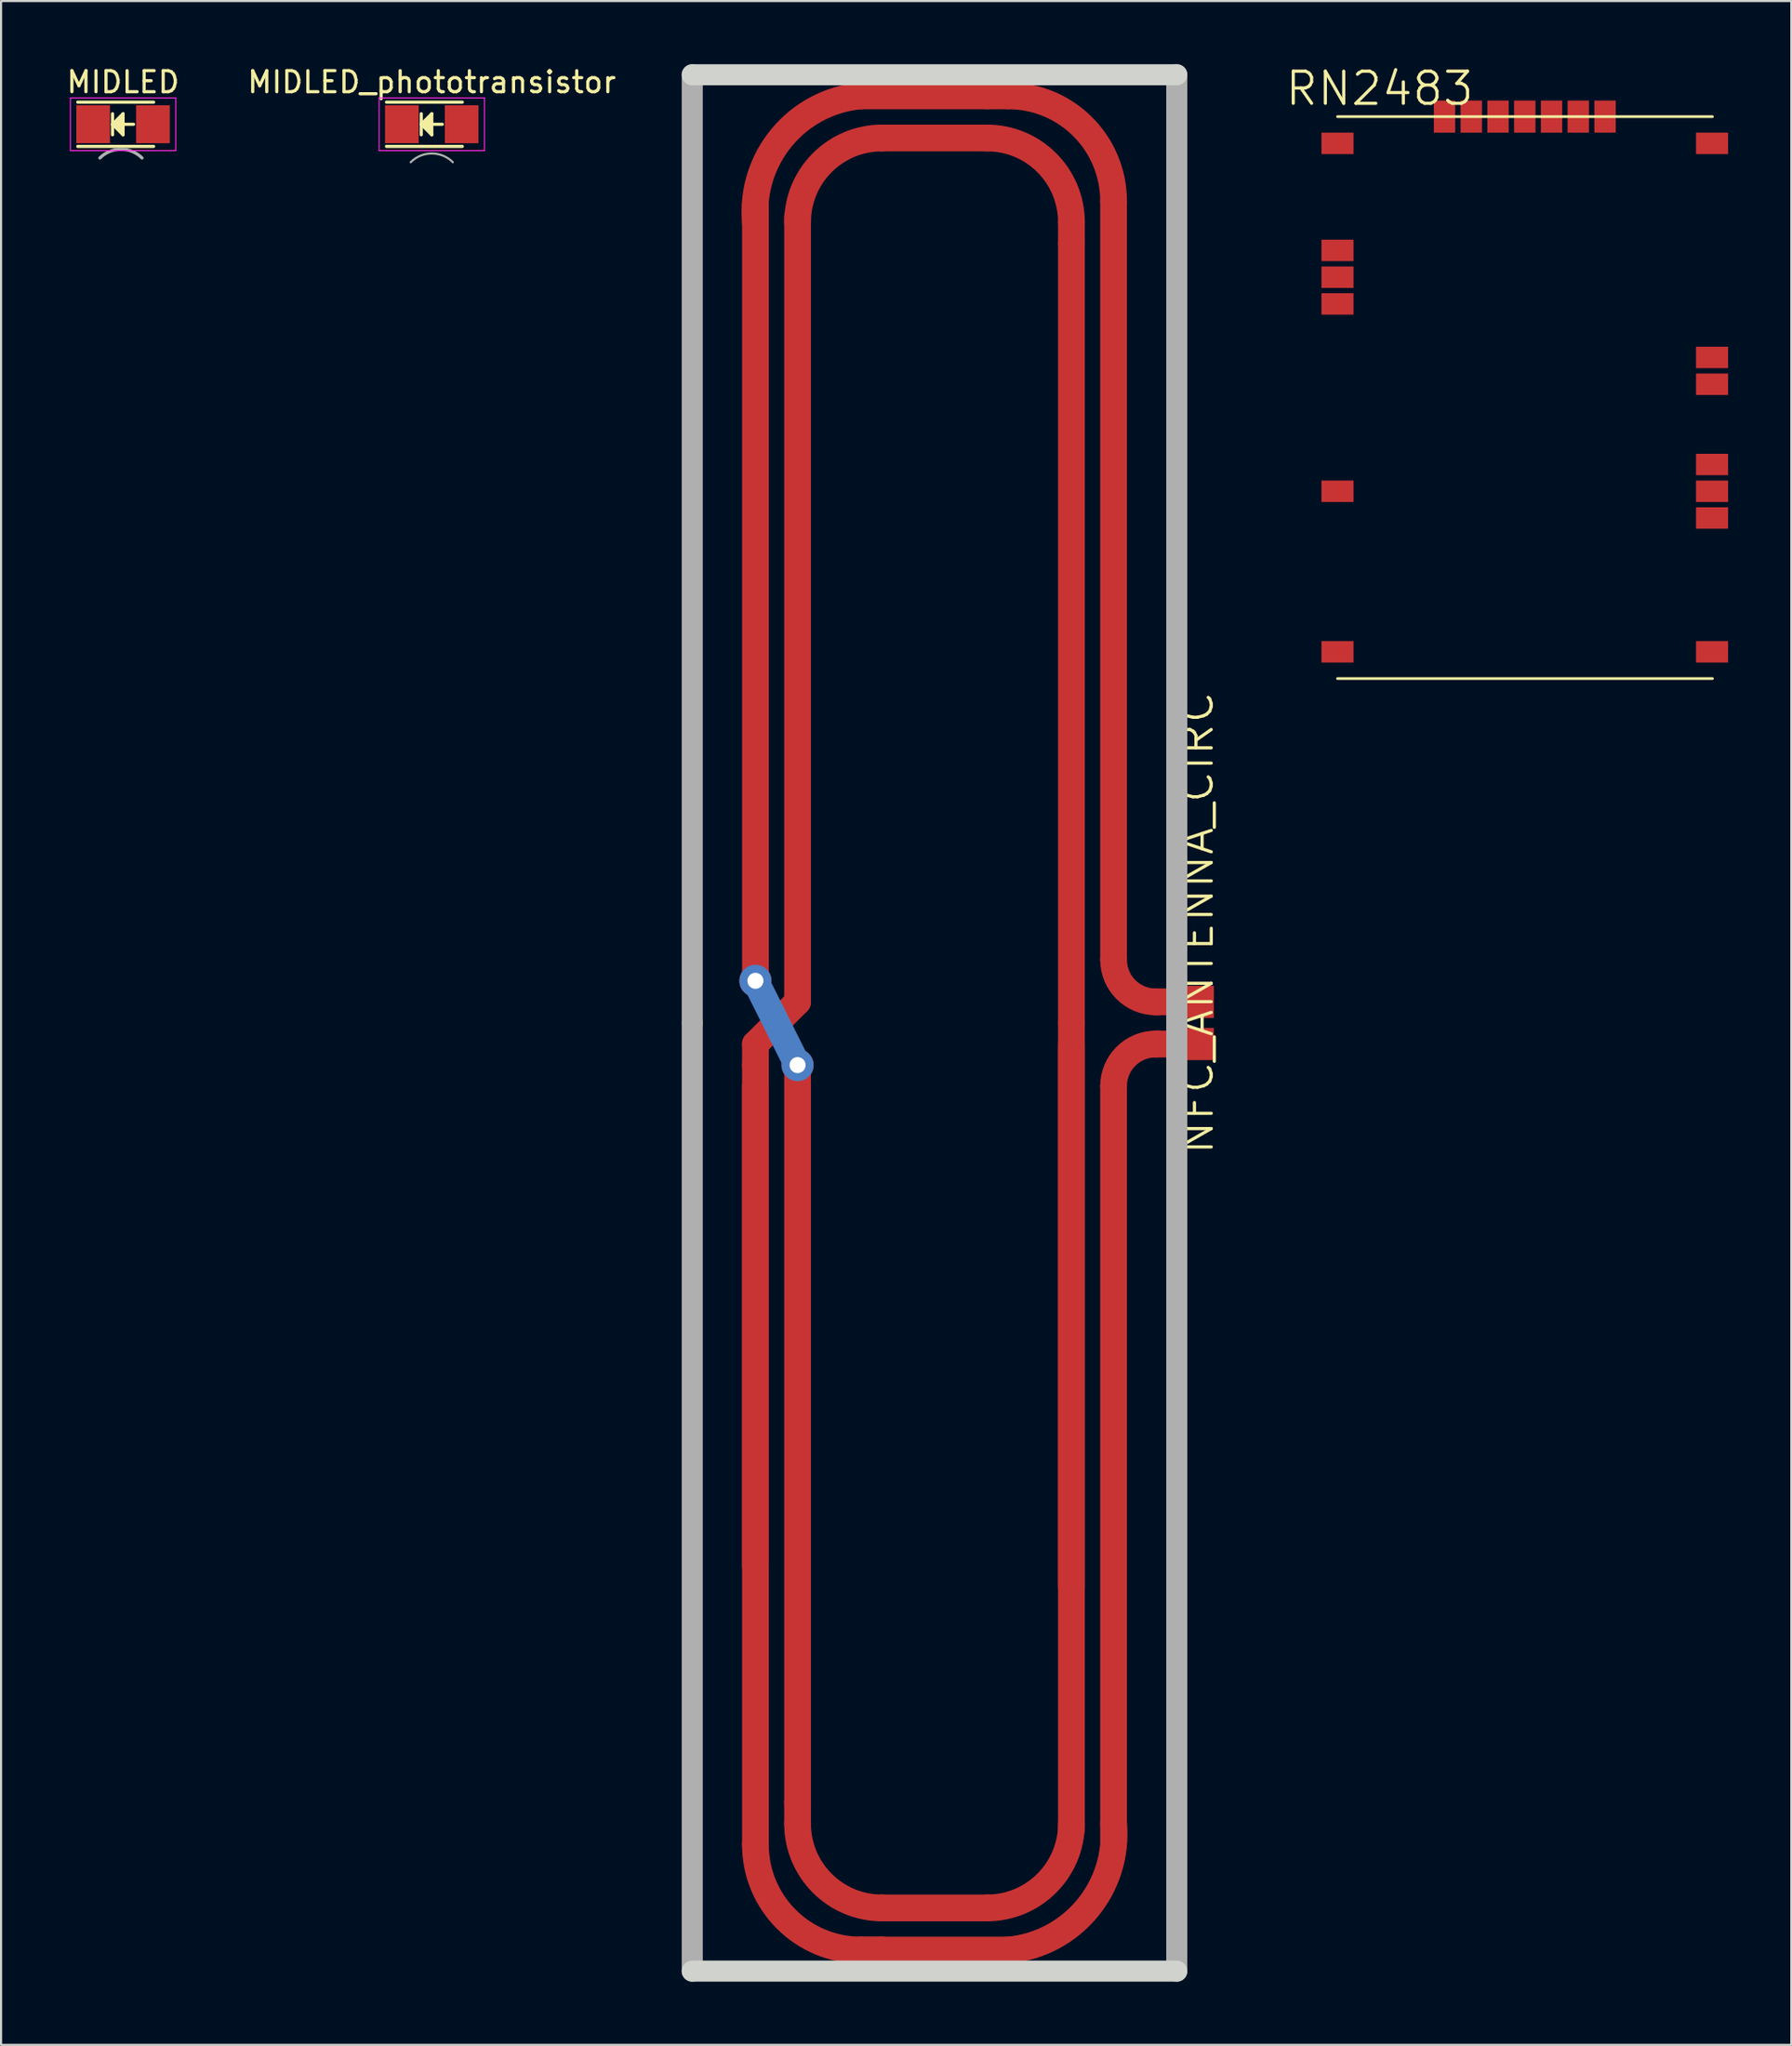
<source format=kicad_pcb>
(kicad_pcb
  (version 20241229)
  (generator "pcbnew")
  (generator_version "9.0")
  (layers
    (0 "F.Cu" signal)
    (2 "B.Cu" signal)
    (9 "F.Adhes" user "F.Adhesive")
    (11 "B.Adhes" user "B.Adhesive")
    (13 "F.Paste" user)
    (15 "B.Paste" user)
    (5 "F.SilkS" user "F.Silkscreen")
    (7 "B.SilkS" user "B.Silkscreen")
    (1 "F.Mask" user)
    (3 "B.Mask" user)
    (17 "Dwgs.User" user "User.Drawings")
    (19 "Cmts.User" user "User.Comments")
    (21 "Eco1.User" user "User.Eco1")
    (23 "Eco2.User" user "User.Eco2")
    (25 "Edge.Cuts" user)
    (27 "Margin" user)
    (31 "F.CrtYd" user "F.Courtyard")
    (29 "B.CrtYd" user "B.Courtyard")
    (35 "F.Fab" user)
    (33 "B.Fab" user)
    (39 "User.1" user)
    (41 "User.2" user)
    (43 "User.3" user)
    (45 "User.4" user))
  (footprint "RN2483"
    (layer "F.Cu")
    (at 60.44 29.155)
    (property "Reference" "RN2483" (at 2 -28 0) (layer "F.SilkS") (effects (font (size 1.524 1.524) (thickness 0.15))))
    (attr through_hole)
    (fp_line (start 0 -26.67) (end 17.8 -26.67) (stroke (width 0.127) (type solid)) (layer "F.SilkS"))
    (fp_line (start 17.8 0) (end 0 0) (stroke (width 0.127) (type solid)) (layer "F.SilkS"))
    (pad "1" smd rect (at 17.78 -1.27 90) (size 1.016 1.524) (layers "F.Cu" "F.Mask" "F.Paste"))
    (pad "6" smd rect (at 17.78 -7.62 90) (size 1.016 1.524) (layers "F.Cu" "F.Mask" "F.Paste"))
    (pad "7" smd rect (at 17.78 -8.89 90) (size 1.016 1.524) (layers "F.Cu" "F.Mask" "F.Paste"))
    (pad "8" smd rect (at 17.78 -10.16 90) (size 1.016 1.524) (layers "F.Cu" "F.Mask" "F.Paste"))
    (pad "11" smd rect (at 17.78 -13.97 90) (size 1.016 1.524) (layers "F.Cu" "F.Mask" "F.Paste"))
    (pad "12" smd rect (at 17.78 -15.24 90) (size 1.016 1.524) (layers "F.Cu" "F.Mask" "F.Paste"))
    (pad "20" smd rect (at 17.78 -25.4 90) (size 1.016 1.524) (layers "F.Cu" "F.Mask" "F.Paste"))
    (pad "21" smd rect (at 12.7 -26.67 180) (size 1.016 1.524) (layers "F.Cu" "F.Mask" "F.Paste"))
    (pad "22" smd rect (at 11.43 -26.67 180) (size 1.016 1.524) (layers "F.Cu" "F.Mask" "F.Paste"))
    (pad "23" smd rect (at 10.16 -26.67 180) (size 1.016 1.524) (layers "F.Cu" "F.Mask" "F.Paste"))
    (pad "24" smd rect (at 8.89 -26.67 180) (size 1.016 1.524) (layers "F.Cu" "F.Mask" "F.Paste"))
    (pad "25" smd rect (at 7.62 -26.67 180) (size 1.016 1.524) (layers "F.Cu" "F.Mask" "F.Paste"))
    (pad "26" smd rect (at 6.35 -26.67 180) (size 1.016 1.524) (layers "F.Cu" "F.Mask" "F.Paste"))
    (pad "27" smd rect (at 5.08 -26.67 180) (size 1.016 1.524) (layers "F.Cu" "F.Mask" "F.Paste"))
    (pad "28" smd rect (at 0 -25.4 270) (size 1.016 1.524) (layers "F.Cu" "F.Mask" "F.Paste"))
    (pad "32" smd rect (at 0 -20.32 270) (size 1.016 1.524) (layers "F.Cu" "F.Mask" "F.Paste"))
    (pad "33" smd rect (at 0 -19.05 270) (size 1.016 1.524) (layers "F.Cu" "F.Mask" "F.Paste"))
    (pad "34" smd rect (at 0 -17.78 270) (size 1.016 1.524) (layers "F.Cu" "F.Mask" "F.Paste"))
    (pad "41" smd rect (at 0 -8.89 270) (size 1.016 1.524) (layers "F.Cu" "F.Mask" "F.Paste"))
    (pad "47" smd rect (at 0 -1.27 270) (size 1.016 1.524) (layers "F.Cu" "F.Mask" "F.Paste")))
  (footprint "MIDLED"
    (layer "F.Cu")
    (at 2.792 2.848)
    (property "Reference" "MIDLED" (at 0 -2 0) (layer "F.SilkS") (effects (font (size 1 1) (thickness 0.15))))
    (attr smd)
    (fp_line (start -2.15 -1.05) (end 1.45 -1.05) (stroke (width 0.15) (type solid)) (layer "F.SilkS"))
    (fp_line (start -2.15 1.05) (end 1.45 1.05) (stroke (width 0.15) (type solid)) (layer "F.SilkS"))
    (fp_line (start -0.5 -0.5) (end -0.5 0.5) (stroke (width 0.15) (type solid)) (layer "F.SilkS"))
    (fp_line (start -0.5 0) (end 0 -0.5) (stroke (width 0.15) (type solid)) (layer "F.SilkS"))
    (fp_line (start -0.4 0) (end -0.2 -0.2) (stroke (width 0.15) (type solid)) (layer "F.SilkS"))
    (fp_line (start -0.2 -0.2) (end -0.2 0.05) (stroke (width 0.15) (type solid)) (layer "F.SilkS"))
    (fp_line (start -0.2 0.05) (end -0.25 0) (stroke (width 0.15) (type solid)) (layer "F.SilkS"))
    (fp_line (start -0.1 -0.3) (end -0.1 0.3) (stroke (width 0.15) (type solid)) (layer "F.SilkS"))
    (fp_line (start -0.1 0.3) (end -0.4 0) (stroke (width 0.15) (type solid)) (layer "F.SilkS"))
    (fp_line (start 0 -0.5) (end 0 0.5) (stroke (width 0.15) (type solid)) (layer "F.SilkS"))
    (fp_line (start 0 0) (end 0.5 0) (stroke (width 0.15) (type solid)) (layer "F.SilkS"))
    (fp_line (start 0 0.5) (end -0.5 0) (stroke (width 0.15) (type solid)) (layer "F.SilkS"))
    (fp_line (start -2.5 -1.25) (end -2.5 1.25) (stroke (width 0.05) (type solid)) (layer "F.CrtYd"))
    (fp_line (start -2.5 1.25) (end 2.5 1.25) (stroke (width 0.05) (type solid)) (layer "F.CrtYd"))
    (fp_line (start 2.5 -1.25) (end -2.5 -1.25) (stroke (width 0.05) (type solid)) (layer "F.CrtYd"))
    (fp_line (start 2.5 1.25) (end 2.5 -1.25) (stroke (width 0.05) (type solid)) (layer "F.CrtYd"))
    (fp_arc (start -1.1 1.6) (mid -0.1 1.185786) (end 0.9 1.6) (stroke (width 0.15) (type solid)) (layer "F.Fab"))
    (pad "1" smd rect (at -1.42 0 180) (size 1.598 1.801) (layers "F.Cu" "F.Mask" "F.Paste"))
    (pad "2" smd rect (at 1.42 0 180) (size 1.598 1.801) (layers "F.Cu" "F.Mask" "F.Paste")))
  (footprint "NFC_ANTENNA_CIRC"
    (layer "F.Cu")
    (at 52.81 45.5)
    (property "Reference" "NFC_ANTENNA_CIRC" (at 0.94 -4.748 90) (layer "F.SilkS") (effects (font (size 1.524 1.524) (thickness 0.15))))
    (attr through_hole)
    (fp_line (start -20 -38.81) (end -20 -2) (stroke (width 1.27) (type solid)) (layer "F.Cu"))
    (fp_line (start -20 1) (end -18 -1) (stroke (width 1.27) (type solid)) (layer "F.Cu"))
    (fp_line (start -20 2) (end -20 1) (stroke (width 1.27) (type solid)) (layer "F.Cu"))
    (fp_line (start -20 3) (end -20 39) (stroke (width 1.27) (type solid)) (layer "F.Cu"))
    (fp_line (start -20 25.76) (end -20 2) (stroke (width 1.27) (type solid)) (layer "F.Cu"))
    (fp_line (start -18 -1) (end -18 -38.27) (stroke (width 1.27) (type solid)) (layer "F.Cu"))
    (fp_line (start -18 2) (end -18 37) (stroke (width 1.27) (type solid)) (layer "F.Cu"))
    (fp_line (start -18 37) (end -18 38) (stroke (width 1.27) (type solid)) (layer "F.Cu"))
    (fp_line (start -15 -44) (end -9 -44) (stroke (width 1.27) (type solid)) (layer "F.Cu"))
    (fp_line (start -15 44) (end -14 44) (stroke (width 1.27) (type solid)) (layer "F.Cu"))
    (fp_line (start -15 44) (end -14 44) (stroke (width 1.27) (type solid)) (layer "F.Cu"))
    (fp_line (start -14 -42) (end -9 -42) (stroke (width 1.27) (type solid)) (layer "F.Cu"))
    (fp_line (start -9 42) (end -14 42) (stroke (width 1.27) (type solid)) (layer "F.Cu"))
    (fp_line (start -8 -44) (end -9 -44) (stroke (width 1.27) (type solid)) (layer "F.Cu"))
    (fp_line (start -8 44) (end -14 44) (stroke (width 1.27) (type solid)) (layer "F.Cu"))
    (fp_line (start -5 -37) (end -5 -38) (stroke (width 1.27) (type solid)) (layer "F.Cu"))
    (fp_line (start -5 0) (end -5 -37) (stroke (width 1.27) (type solid)) (layer "F.Cu"))
    (fp_line (start -5 0) (end -5 26.76) (stroke (width 1.27) (type solid)) (layer "F.Cu"))
    (fp_line (start -5 1) (end -5 38.27) (stroke (width 1.27) (type solid)) (layer "F.Cu"))
    (fp_line (start -3 -3) (end -3 -39) (stroke (width 1.27) (type solid)) (layer "F.Cu"))
    (fp_line (start -3 38.81) (end -3 3) (stroke (width 1.27) (type solid)) (layer "F.Cu"))
    (fp_line (start 1 -1) (end -1 -1) (stroke (width 1.27) (type solid)) (layer "F.Cu"))
    (fp_line (start 1 1) (end -1 1) (stroke (width 1.27) (type solid)) (layer "F.Cu"))
    (fp_arc (start -20 -38) (mid -18.742641 -42.035534) (end -15 -44) (stroke (width 1.27) (type solid)) (layer "F.Cu"))
    (fp_arc (start -18 -38) (mid -16.828427 -40.828427) (end -14 -42) (stroke (width 1.27) (type solid)) (layer "F.Cu"))
    (fp_arc (start -15 44) (mid -18.535534 42.535534) (end -20 39) (stroke (width 1.27) (type solid)) (layer "F.Cu"))
    (fp_arc (start -14 42) (mid -16.828427 40.828427) (end -18 38) (stroke (width 1.27) (type solid)) (layer "F.Cu"))
    (fp_arc (start -9 -42) (mid -6.171573 -40.828427) (end -5 -38) (stroke (width 1.27) (type solid)) (layer "F.Cu"))
    (fp_arc (start -8 -44) (mid -4.464466 -42.535534) (end -3 -39) (stroke (width 1.27) (type solid)) (layer "F.Cu"))
    (fp_arc (start -5 38) (mid -6.171573 40.828427) (end -9 42) (stroke (width 1.27) (type solid)) (layer "F.Cu"))
    (fp_arc (start -3 38) (mid -4.257359 42.035534) (end -8 44) (stroke (width 1.27) (type solid)) (layer "F.Cu"))
    (fp_arc (start -2.999999 3.000001) (mid -2.414213 1.585787) (end -1 1) (stroke (width 1.27) (type solid)) (layer "F.Cu"))
    (fp_arc (start -1 -1) (mid -2.414213 -1.585787) (end -2.999999 -3.000001) (stroke (width 1.27) (type solid)) (layer "F.Cu"))
    (fp_line (start -20 -2) (end -18 2) (stroke (width 1.27) (type solid)) (layer "B.Cu"))
    (fp_line (start 0 -45) (end -23 -45) (stroke (width 1) (type solid)) (layer "Edge.Cuts"))
    (fp_line (start 0 45) (end -23 45) (stroke (width 1) (type solid)) (layer "Edge.Cuts"))
    (fp_line (start -23 -45) (end -23 0) (stroke (width 1) (type solid)) (layer "F.Fab"))
    (fp_line (start -23 0) (end -23 45) (stroke (width 1) (type solid)) (layer "F.Fab"))
    (fp_line (start 0 -45) (end 0 0) (stroke (width 1) (type solid)) (layer "F.Fab"))
    (fp_line (start 0 0) (end 0 45) (stroke (width 1) (type solid)) (layer "F.Fab"))
    (pad "1" smd rect (at 1 1) (size 1.524 1.524) (layers "F.Cu" "F.Mask" "F.Paste"))
    (pad "2" smd rect (at 1 -1) (size 1.524 1.524) (layers "F.Cu" "F.Mask" "F.Paste"))
    (pad "~" thru_hole circle (at -20 -2) (size 1.524 1.524) (drill 0.762) (layers "*.Cu" "*.Mask"))
    (pad "~" thru_hole circle (at -18 2) (size 1.524 1.524) (drill 0.762) (layers "*.Cu" "*.Mask")))
  (footprint "MIDLED_phototransistor"
    (layer "F.Cu")
    (at 17.446 2.848)
    (property "Reference" "MIDLED_phototransistor" (at 0 -2 0) (layer "F.SilkS") (effects (font (size 1 1) (thickness 0.15))))
    (attr smd)
    (fp_line (start -2.15 -1.05) (end 1.45 -1.05) (stroke (width 0.15) (type solid)) (layer "F.SilkS"))
    (fp_line (start -2.15 1.05) (end 1.45 1.05) (stroke (width 0.15) (type solid)) (layer "F.SilkS"))
    (fp_line (start -0.5 -0.5) (end -0.5 0.5) (stroke (width 0.15) (type solid)) (layer "F.SilkS"))
    (fp_line (start -0.5 0) (end 0 -0.5) (stroke (width 0.15) (type solid)) (layer "F.SilkS"))
    (fp_line (start -0.4 0) (end -0.2 -0.2) (stroke (width 0.15) (type solid)) (layer "F.SilkS"))
    (fp_line (start -0.2 -0.2) (end -0.2 0.05) (stroke (width 0.15) (type solid)) (layer "F.SilkS"))
    (fp_line (start -0.2 0.05) (end -0.25 0) (stroke (width 0.15) (type solid)) (layer "F.SilkS"))
    (fp_line (start -0.1 -0.3) (end -0.1 0.3) (stroke (width 0.15) (type solid)) (layer "F.SilkS"))
    (fp_line (start -0.1 0.3) (end -0.4 0) (stroke (width 0.15) (type solid)) (layer "F.SilkS"))
    (fp_line (start 0 -0.5) (end 0 0.5) (stroke (width 0.15) (type solid)) (layer "F.SilkS"))
    (fp_line (start 0 0) (end 0.5 0) (stroke (width 0.15) (type solid)) (layer "F.SilkS"))
    (fp_line (start 0 0.5) (end -0.5 0) (stroke (width 0.15) (type solid)) (layer "F.SilkS"))
    (fp_line (start -2.5 -1.25) (end -2.5 1.25) (stroke (width 0.05) (type solid)) (layer "F.CrtYd"))
    (fp_line (start -2.5 1.25) (end 2.5 1.25) (stroke (width 0.05) (type solid)) (layer "F.CrtYd"))
    (fp_line (start 2.5 -1.25) (end -2.5 -1.25) (stroke (width 0.05) (type solid)) (layer "F.CrtYd"))
    (fp_line (start 2.5 1.25) (end 2.5 -1.25) (stroke (width 0.05) (type solid)) (layer "F.CrtYd"))
    (fp_arc (start -1 1.8) (mid 0 1.385786) (end 1 1.8) (stroke (width 0.1) (type solid)) (layer "F.Fab"))
    (pad "1" smd rect (at -1.42 0 180) (size 1.598 1.801) (layers "F.Cu" "F.Mask" "F.Paste"))
    (pad "3" smd rect (at 1.42 0 180) (size 1.598 1.801) (layers "F.Cu" "F.Mask" "F.Paste")))
  (gr_rect
    (start -3 -3)
    (end 81.982 94)
    (stroke (width 0.1) (type default))
    (fill no)
    (layer "Edge.Cuts")))
</source>
